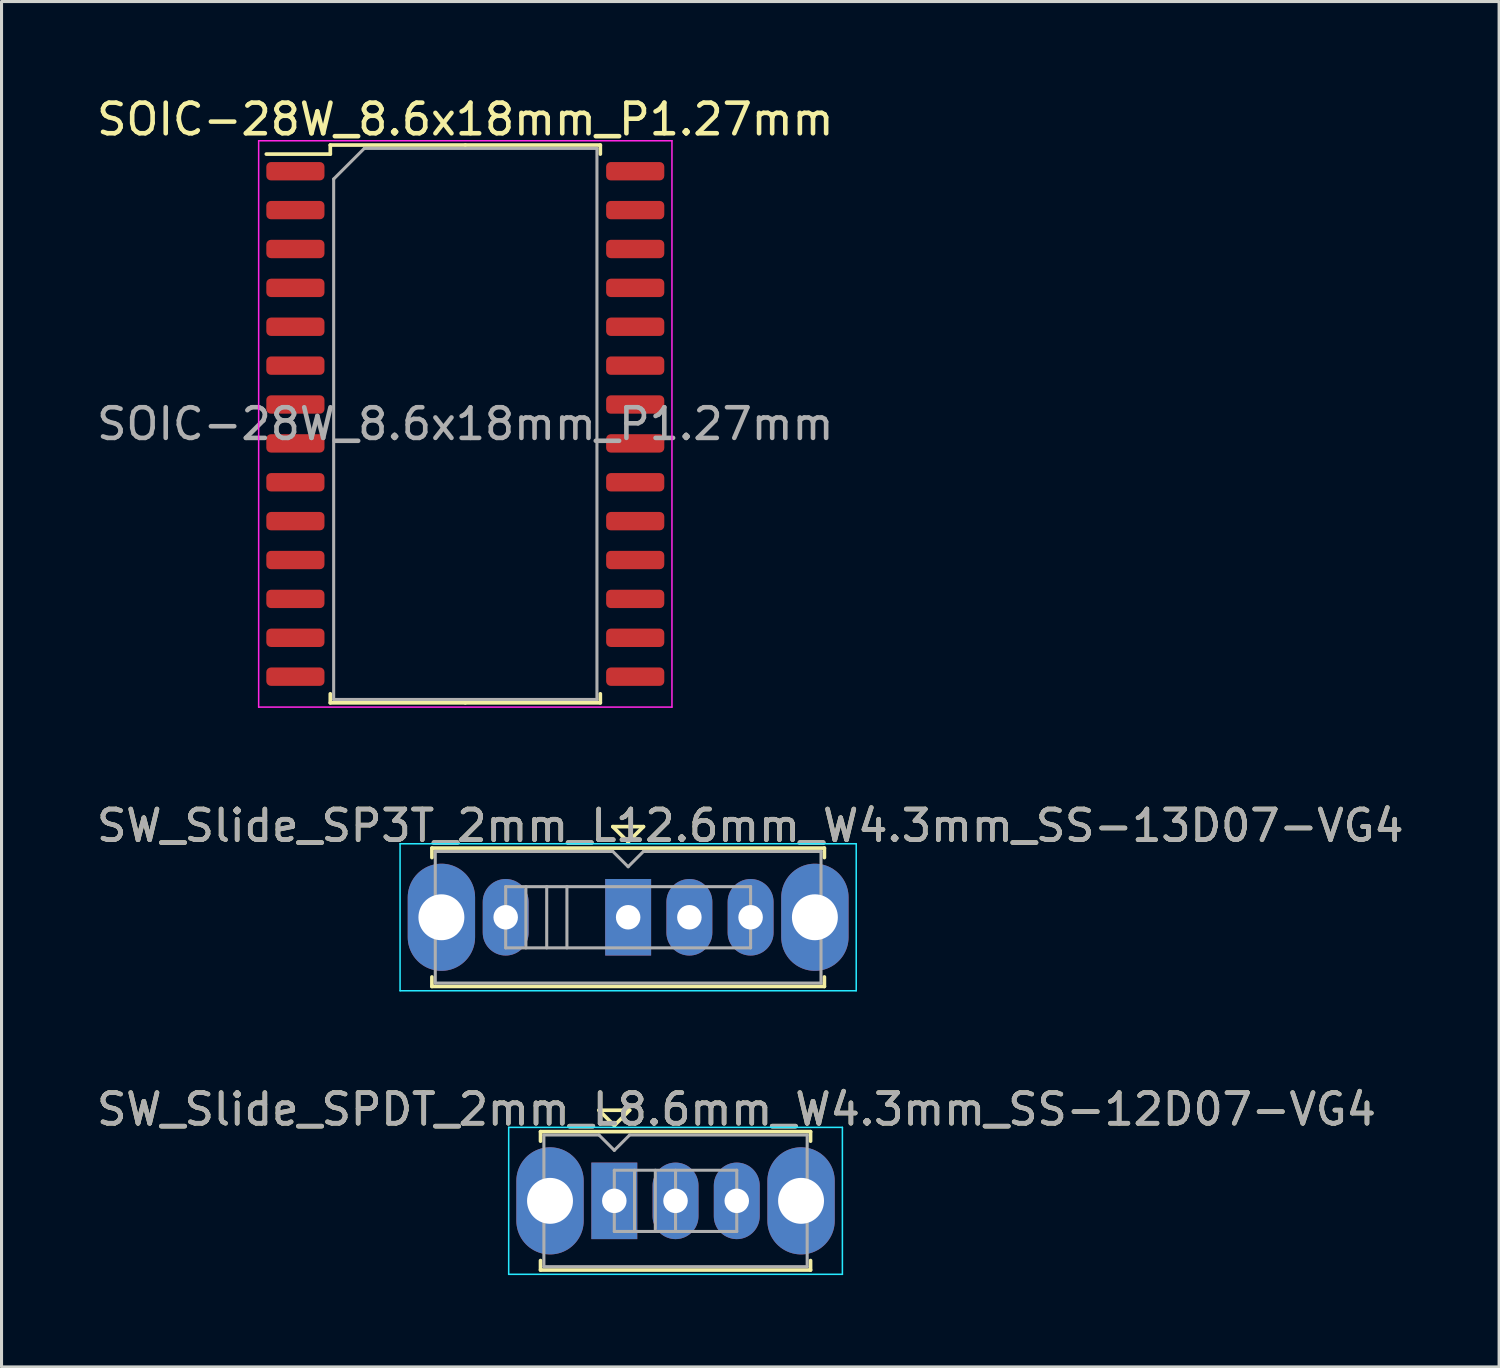
<source format=kicad_pcb>
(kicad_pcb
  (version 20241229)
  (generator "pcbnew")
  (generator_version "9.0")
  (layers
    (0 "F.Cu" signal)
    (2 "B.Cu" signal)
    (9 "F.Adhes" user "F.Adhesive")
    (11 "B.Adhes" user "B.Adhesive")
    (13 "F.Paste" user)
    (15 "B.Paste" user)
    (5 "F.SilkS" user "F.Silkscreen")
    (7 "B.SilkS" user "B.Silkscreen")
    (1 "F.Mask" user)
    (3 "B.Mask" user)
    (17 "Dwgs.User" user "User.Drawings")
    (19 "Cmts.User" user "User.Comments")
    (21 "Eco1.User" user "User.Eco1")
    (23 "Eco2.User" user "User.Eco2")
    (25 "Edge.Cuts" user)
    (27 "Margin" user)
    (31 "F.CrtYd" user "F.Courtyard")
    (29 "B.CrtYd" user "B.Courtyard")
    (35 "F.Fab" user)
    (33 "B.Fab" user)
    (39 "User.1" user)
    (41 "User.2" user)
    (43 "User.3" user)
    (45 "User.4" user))
  (footprint "SOIC-28W_8.6x18mm_P1.27mm"
    (layer "F.Cu")
    (at 12.149 10.798)
    (property "Reference" "SOIC-28W_8.6x18mm_P1.27mm" (at 0 -9.95 0) (layer "F.SilkS") (effects (font (size 1 1) (thickness 0.15))))
    (attr smd)
    (fp_line (start -4.41 -9.11) (end -4.41 -8.815) (stroke (width 0.12) (type solid)) (layer "F.SilkS"))
    (fp_line (start -4.41 -8.815) (end -6.5 -8.815) (stroke (width 0.12) (type solid)) (layer "F.SilkS"))
    (fp_line (start -4.41 9.11) (end -4.41 8.815) (stroke (width 0.12) (type solid)) (layer "F.SilkS"))
    (fp_line (start 0 -9.11) (end -4.41 -9.11) (stroke (width 0.12) (type solid)) (layer "F.SilkS"))
    (fp_line (start 0 -9.11) (end 4.41 -9.11) (stroke (width 0.12) (type solid)) (layer "F.SilkS"))
    (fp_line (start 0 9.11) (end -4.41 9.11) (stroke (width 0.12) (type solid)) (layer "F.SilkS"))
    (fp_line (start 0 9.11) (end 4.41 9.11) (stroke (width 0.12) (type solid)) (layer "F.SilkS"))
    (fp_line (start 4.41 -9.11) (end 4.41 -8.815) (stroke (width 0.12) (type solid)) (layer "F.SilkS"))
    (fp_line (start 4.41 9.11) (end 4.41 8.815) (stroke (width 0.12) (type solid)) (layer "F.SilkS"))
    (fp_line (start -6.75 -9.25) (end -6.75 9.25) (stroke (width 0.05) (type solid)) (layer "F.CrtYd"))
    (fp_line (start -6.75 9.25) (end 6.75 9.25) (stroke (width 0.05) (type solid)) (layer "F.CrtYd"))
    (fp_line (start 6.75 -9.25) (end -6.75 -9.25) (stroke (width 0.05) (type solid)) (layer "F.CrtYd"))
    (fp_line (start 6.75 9.25) (end 6.75 -9.25) (stroke (width 0.05) (type solid)) (layer "F.CrtYd"))
    (fp_line (start -4.3 -8) (end -3.3 -9) (stroke (width 0.1) (type solid)) (layer "F.Fab"))
    (fp_line (start -4.3 9) (end -4.3 -8) (stroke (width 0.1) (type solid)) (layer "F.Fab"))
    (fp_line (start -3.3 -9) (end 4.3 -9) (stroke (width 0.1) (type solid)) (layer "F.Fab"))
    (fp_line (start 4.3 -9) (end 4.3 9) (stroke (width 0.1) (type solid)) (layer "F.Fab"))
    (fp_line (start 4.3 9) (end -4.3 9) (stroke (width 0.1) (type solid)) (layer "F.Fab"))
    (fp_text user "${REFERENCE}" (at 0 0 0) (layer "F.Fab") (effects (font (size 1 1) (thickness 0.15))))
    (pad "1" smd roundrect (at -5.55 -8.255) (size 1.9 0.6) (layers "F.Cu" "F.Mask" "F.Paste") (roundrect_rratio 0.25))
    (pad "2" smd roundrect (at -5.55 -6.985) (size 1.9 0.6) (layers "F.Cu" "F.Mask" "F.Paste") (roundrect_rratio 0.25))
    (pad "3" smd roundrect (at -5.55 -5.715) (size 1.9 0.6) (layers "F.Cu" "F.Mask" "F.Paste") (roundrect_rratio 0.25))
    (pad "4" smd roundrect (at -5.55 -4.445) (size 1.9 0.6) (layers "F.Cu" "F.Mask" "F.Paste") (roundrect_rratio 0.25))
    (pad "5" smd roundrect (at -5.55 -3.175) (size 1.9 0.6) (layers "F.Cu" "F.Mask" "F.Paste") (roundrect_rratio 0.25))
    (pad "6" smd roundrect (at -5.55 -1.905) (size 1.9 0.6) (layers "F.Cu" "F.Mask" "F.Paste") (roundrect_rratio 0.25))
    (pad "7" smd roundrect (at -5.55 -0.635) (size 1.9 0.6) (layers "F.Cu" "F.Mask" "F.Paste") (roundrect_rratio 0.25))
    (pad "8" smd roundrect (at -5.55 0.635) (size 1.9 0.6) (layers "F.Cu" "F.Mask" "F.Paste") (roundrect_rratio 0.25))
    (pad "9" smd roundrect (at -5.55 1.905) (size 1.9 0.6) (layers "F.Cu" "F.Mask" "F.Paste") (roundrect_rratio 0.25))
    (pad "10" smd roundrect (at -5.55 3.175) (size 1.9 0.6) (layers "F.Cu" "F.Mask" "F.Paste") (roundrect_rratio 0.25))
    (pad "11" smd roundrect (at -5.55 4.445) (size 1.9 0.6) (layers "F.Cu" "F.Mask" "F.Paste") (roundrect_rratio 0.25))
    (pad "12" smd roundrect (at -5.55 5.715) (size 1.9 0.6) (layers "F.Cu" "F.Mask" "F.Paste") (roundrect_rratio 0.25))
    (pad "13" smd roundrect (at -5.55 6.985) (size 1.9 0.6) (layers "F.Cu" "F.Mask" "F.Paste") (roundrect_rratio 0.25))
    (pad "14" smd roundrect (at -5.55 8.255) (size 1.9 0.6) (layers "F.Cu" "F.Mask" "F.Paste") (roundrect_rratio 0.25))
    (pad "15" smd roundrect (at 5.55 8.255) (size 1.9 0.6) (layers "F.Cu" "F.Mask" "F.Paste") (roundrect_rratio 0.25))
    (pad "16" smd roundrect (at 5.55 6.985) (size 1.9 0.6) (layers "F.Cu" "F.Mask" "F.Paste") (roundrect_rratio 0.25))
    (pad "17" smd roundrect (at 5.55 5.715) (size 1.9 0.6) (layers "F.Cu" "F.Mask" "F.Paste") (roundrect_rratio 0.25))
    (pad "18" smd roundrect (at 5.55 4.445) (size 1.9 0.6) (layers "F.Cu" "F.Mask" "F.Paste") (roundrect_rratio 0.25))
    (pad "19" smd roundrect (at 5.55 3.175) (size 1.9 0.6) (layers "F.Cu" "F.Mask" "F.Paste") (roundrect_rratio 0.25))
    (pad "20" smd roundrect (at 5.55 1.905) (size 1.9 0.6) (layers "F.Cu" "F.Mask" "F.Paste") (roundrect_rratio 0.25))
    (pad "21" smd roundrect (at 5.55 0.635) (size 1.9 0.6) (layers "F.Cu" "F.Mask" "F.Paste") (roundrect_rratio 0.25))
    (pad "22" smd roundrect (at 5.55 -0.635) (size 1.9 0.6) (layers "F.Cu" "F.Mask" "F.Paste") (roundrect_rratio 0.25))
    (pad "23" smd roundrect (at 5.55 -1.905) (size 1.9 0.6) (layers "F.Cu" "F.Mask" "F.Paste") (roundrect_rratio 0.25))
    (pad "24" smd roundrect (at 5.55 -3.175) (size 1.9 0.6) (layers "F.Cu" "F.Mask" "F.Paste") (roundrect_rratio 0.25))
    (pad "25" smd roundrect (at 5.55 -4.445) (size 1.9 0.6) (layers "F.Cu" "F.Mask" "F.Paste") (roundrect_rratio 0.25))
    (pad "26" smd roundrect (at 5.55 -5.715) (size 1.9 0.6) (layers "F.Cu" "F.Mask" "F.Paste") (roundrect_rratio 0.25))
    (pad "27" smd roundrect (at 5.55 -6.985) (size 1.9 0.6) (layers "F.Cu" "F.Mask" "F.Paste") (roundrect_rratio 0.25))
    (pad "28" smd roundrect (at 5.55 -8.255) (size 1.9 0.6) (layers "F.Cu" "F.Mask" "F.Paste") (roundrect_rratio 0.25)))
  (footprint "SW_Slide_SP3T_2mm_L12.6mm_W4.3mm_SS-13D07-VG4"
    (layer "F.Cu")
    (at 17.468 26.912)
    (property "Reference" "SW_Slide_SP3T_2mm_L12.6mm_W4.3mm_SS-13D07-VG4" (at 3.99 -2.99 0) (layer "F.SilkS") (effects (font (size 1 1) (thickness 0.15))))
    (attr through_hole)
    (fp_line (start -6.41 -2.26) (end 6.41 -2.26) (stroke (width 0.12) (type solid)) (layer "F.SilkS"))
    (fp_line (start -6.41 -1.95) (end -6.41 -2.26) (stroke (width 0.12) (type solid)) (layer "F.SilkS"))
    (fp_line (start -6.41 2.26) (end -6.41 1.95) (stroke (width 0.12) (type solid)) (layer "F.SilkS"))
    (fp_line (start -0.5 -2.96) (end 0 -2.46) (stroke (width 0.12) (type solid)) (layer "F.SilkS"))
    (fp_line (start 0 -2.46) (end 0.5 -2.96) (stroke (width 0.12) (type solid)) (layer "F.SilkS"))
    (fp_line (start 0.5 -2.96) (end -0.5 -2.96) (stroke (width 0.12) (type solid)) (layer "F.SilkS"))
    (fp_line (start 6.41 -2.26) (end 6.41 -1.95) (stroke (width 0.12) (type solid)) (layer "F.SilkS"))
    (fp_line (start 6.41 2.26) (end -6.41 2.26) (stroke (width 0.12) (type solid)) (layer "F.SilkS"))
    (fp_line (start 6.41 2.26) (end 6.41 1.95) (stroke (width 0.12) (type solid)) (layer "F.SilkS"))
    (fp_line (start -7.45 -2.4) (end 7.45 -2.4) (stroke (width 0.05) (type solid)) (layer "B.CrtYd"))
    (fp_line (start -7.45 2.4) (end -7.45 -2.4) (stroke (width 0.05) (type solid)) (layer "B.CrtYd"))
    (fp_line (start 7.45 -2.4) (end 7.45 2.4) (stroke (width 0.05) (type solid)) (layer "B.CrtYd"))
    (fp_line (start 7.45 2.4) (end -7.45 2.4) (stroke (width 0.05) (type solid)) (layer "B.CrtYd"))
    (fp_line (start -6.3 -2.15) (end -0.5 -2.15) (stroke (width 0.1) (type solid)) (layer "F.Fab"))
    (fp_line (start -6.3 2.15) (end -6.3 -2.15) (stroke (width 0.1) (type solid)) (layer "F.Fab"))
    (fp_line (start -4 -1) (end -4 1) (stroke (width 0.1) (type solid)) (layer "F.Fab"))
    (fp_line (start -4 -1) (end 4 -1) (stroke (width 0.1) (type solid)) (layer "F.Fab"))
    (fp_line (start -4 1) (end 4 1) (stroke (width 0.1) (type solid)) (layer "F.Fab"))
    (fp_line (start -3.34 -1) (end -3.34 1) (stroke (width 0.1) (type solid)) (layer "F.Fab"))
    (fp_line (start -2.66 -1) (end -2.66 1) (stroke (width 0.1) (type solid)) (layer "F.Fab"))
    (fp_line (start -2 -1) (end -2 1) (stroke (width 0.1) (type solid)) (layer "F.Fab"))
    (fp_line (start -0.5 -2.15) (end 0 -1.65) (stroke (width 0.1) (type solid)) (layer "F.Fab"))
    (fp_line (start 0 -1.65) (end 0.5 -2.15) (stroke (width 0.1) (type solid)) (layer "F.Fab"))
    (fp_line (start 0.5 -2.15) (end 6.3 -2.15) (stroke (width 0.1) (type solid)) (layer "F.Fab"))
    (fp_line (start 4 -1) (end 4 1) (stroke (width 0.1) (type solid)) (layer "F.Fab"))
    (fp_line (start 6.3 -2.15) (end 6.3 2.15) (stroke (width 0.1) (type solid)) (layer "F.Fab"))
    (fp_line (start 6.3 2.15) (end -6.3 2.15) (stroke (width 0.1) (type solid)) (layer "F.Fab"))
    (fp_text user "${REFERENCE}" (at 3.99 -2.99 0) (layer "F.Fab") (effects (font (size 1 1) (thickness 0.15))))
    (pad "" thru_hole oval (at -6.1 0) (size 2.2 3.5) (drill 1.5) (layers "*.Cu" "*.Mask"))
    (pad "" thru_hole oval (at 6.1 0) (size 2.2 3.5) (drill 1.5) (layers "*.Cu" "*.Mask"))
    (pad "1" thru_hole oval (at -4 0) (size 1.5 2.5) (drill 0.8) (layers "*.Cu" "*.Mask"))
    (pad "2" thru_hole rect (at 0 0) (size 1.5 2.5) (drill 0.8) (layers "*.Cu" "*.Mask"))
    (pad "3" thru_hole oval (at 2 0) (size 1.5 2.5) (drill 0.8) (layers "*.Cu" "*.Mask"))
    (pad "4" thru_hole oval (at 4 0) (size 1.5 2.5) (drill 0.8) (layers "*.Cu" "*.Mask")))
  (footprint "SW_Slide_SPDT_2mm_L8.6mm_W4.3mm_SS-12D07-VG4"
    (layer "F.Cu")
    (at 17.016 36.175)
    (property "Reference" "SW_Slide_SPDT_2mm_L8.6mm_W4.3mm_SS-12D07-VG4" (at 3.99 -2.99 0) (layer "F.SilkS") (effects (font (size 1 1) (thickness 0.15))))
    (attr through_hole)
    (fp_line (start -2.41 -2.26) (end 6.41 -2.26) (stroke (width 0.12) (type solid)) (layer "F.SilkS"))
    (fp_line (start -2.41 -1.95) (end -2.41 -2.26) (stroke (width 0.12) (type solid)) (layer "F.SilkS"))
    (fp_line (start -2.41 2.26) (end -2.41 1.95) (stroke (width 0.12) (type solid)) (layer "F.SilkS"))
    (fp_line (start -0.5 -2.96) (end 0 -2.46) (stroke (width 0.12) (type solid)) (layer "F.SilkS"))
    (fp_line (start 0 -2.46) (end 0.5 -2.96) (stroke (width 0.12) (type solid)) (layer "F.SilkS"))
    (fp_line (start 0.5 -2.96) (end -0.5 -2.96) (stroke (width 0.12) (type solid)) (layer "F.SilkS"))
    (fp_line (start 6.41 -2.26) (end 6.41 -1.95) (stroke (width 0.12) (type solid)) (layer "F.SilkS"))
    (fp_line (start 6.41 2.26) (end -2.41 2.26) (stroke (width 0.12) (type solid)) (layer "F.SilkS"))
    (fp_line (start 6.41 2.26) (end 6.41 1.95) (stroke (width 0.12) (type solid)) (layer "F.SilkS"))
    (fp_line (start -3.45 -2.4) (end 7.45 -2.4) (stroke (width 0.05) (type solid)) (layer "B.CrtYd"))
    (fp_line (start -3.45 2.4) (end -3.45 -2.4) (stroke (width 0.05) (type solid)) (layer "B.CrtYd"))
    (fp_line (start 7.45 -2.4) (end 7.45 2.4) (stroke (width 0.05) (type solid)) (layer "B.CrtYd"))
    (fp_line (start 7.45 2.4) (end -3.45 2.4) (stroke (width 0.05) (type solid)) (layer "B.CrtYd"))
    (fp_line (start -2.3 -2.15) (end -0.5 -2.15) (stroke (width 0.1) (type solid)) (layer "F.Fab"))
    (fp_line (start -2.3 2.15) (end -2.3 -2.15) (stroke (width 0.1) (type solid)) (layer "F.Fab"))
    (fp_line (start -0.5 -2.15) (end 0 -1.65) (stroke (width 0.1) (type solid)) (layer "F.Fab"))
    (fp_line (start 0 -1.65) (end 0.5 -2.15) (stroke (width 0.1) (type solid)) (layer "F.Fab"))
    (fp_line (start 0 -1) (end 0 1) (stroke (width 0.1) (type solid)) (layer "F.Fab"))
    (fp_line (start 0 -1) (end 4 -1) (stroke (width 0.1) (type solid)) (layer "F.Fab"))
    (fp_line (start 0 1) (end 4 1) (stroke (width 0.1) (type solid)) (layer "F.Fab"))
    (fp_line (start 0.5 -2.15) (end 6.3 -2.15) (stroke (width 0.1) (type solid)) (layer "F.Fab"))
    (fp_line (start 0.66 -1) (end 0.66 1) (stroke (width 0.1) (type solid)) (layer "F.Fab"))
    (fp_line (start 1.34 -1) (end 1.34 1) (stroke (width 0.1) (type solid)) (layer "F.Fab"))
    (fp_line (start 2 -1) (end 2 1) (stroke (width 0.1) (type solid)) (layer "F.Fab"))
    (fp_line (start 4 -1) (end 4 1) (stroke (width 0.1) (type solid)) (layer "F.Fab"))
    (fp_line (start 6.3 -2.15) (end 6.3 2.15) (stroke (width 0.1) (type solid)) (layer "F.Fab"))
    (fp_line (start 6.3 2.15) (end -2.3 2.15) (stroke (width 0.1) (type solid)) (layer "F.Fab"))
    (fp_text user "${REFERENCE}" (at 3.99 -2.99 0) (layer "F.Fab") (effects (font (size 1 1) (thickness 0.15))))
    (pad "" thru_hole oval (at -2.1 0) (size 2.2 3.5) (drill 1.5) (layers "*.Cu" "*.Mask"))
    (pad "" thru_hole oval (at 6.1 0) (size 2.2 3.5) (drill 1.5) (layers "*.Cu" "*.Mask"))
    (pad "1" thru_hole rect (at 0 0) (size 1.5 2.5) (drill 0.8) (layers "*.Cu" "*.Mask"))
    (pad "2" thru_hole oval (at 2 0) (size 1.5 2.5) (drill 0.8) (layers "*.Cu" "*.Mask"))
    (pad "3" thru_hole oval (at 4 0) (size 1.5 2.5) (drill 0.8) (layers "*.Cu" "*.Mask")))
  (gr_rect
    (start -3 -3)
    (end 45.917 41.6)
    (stroke (width 0.1) (type default))
    (fill no)
    (layer "Edge.Cuts")))
</source>
